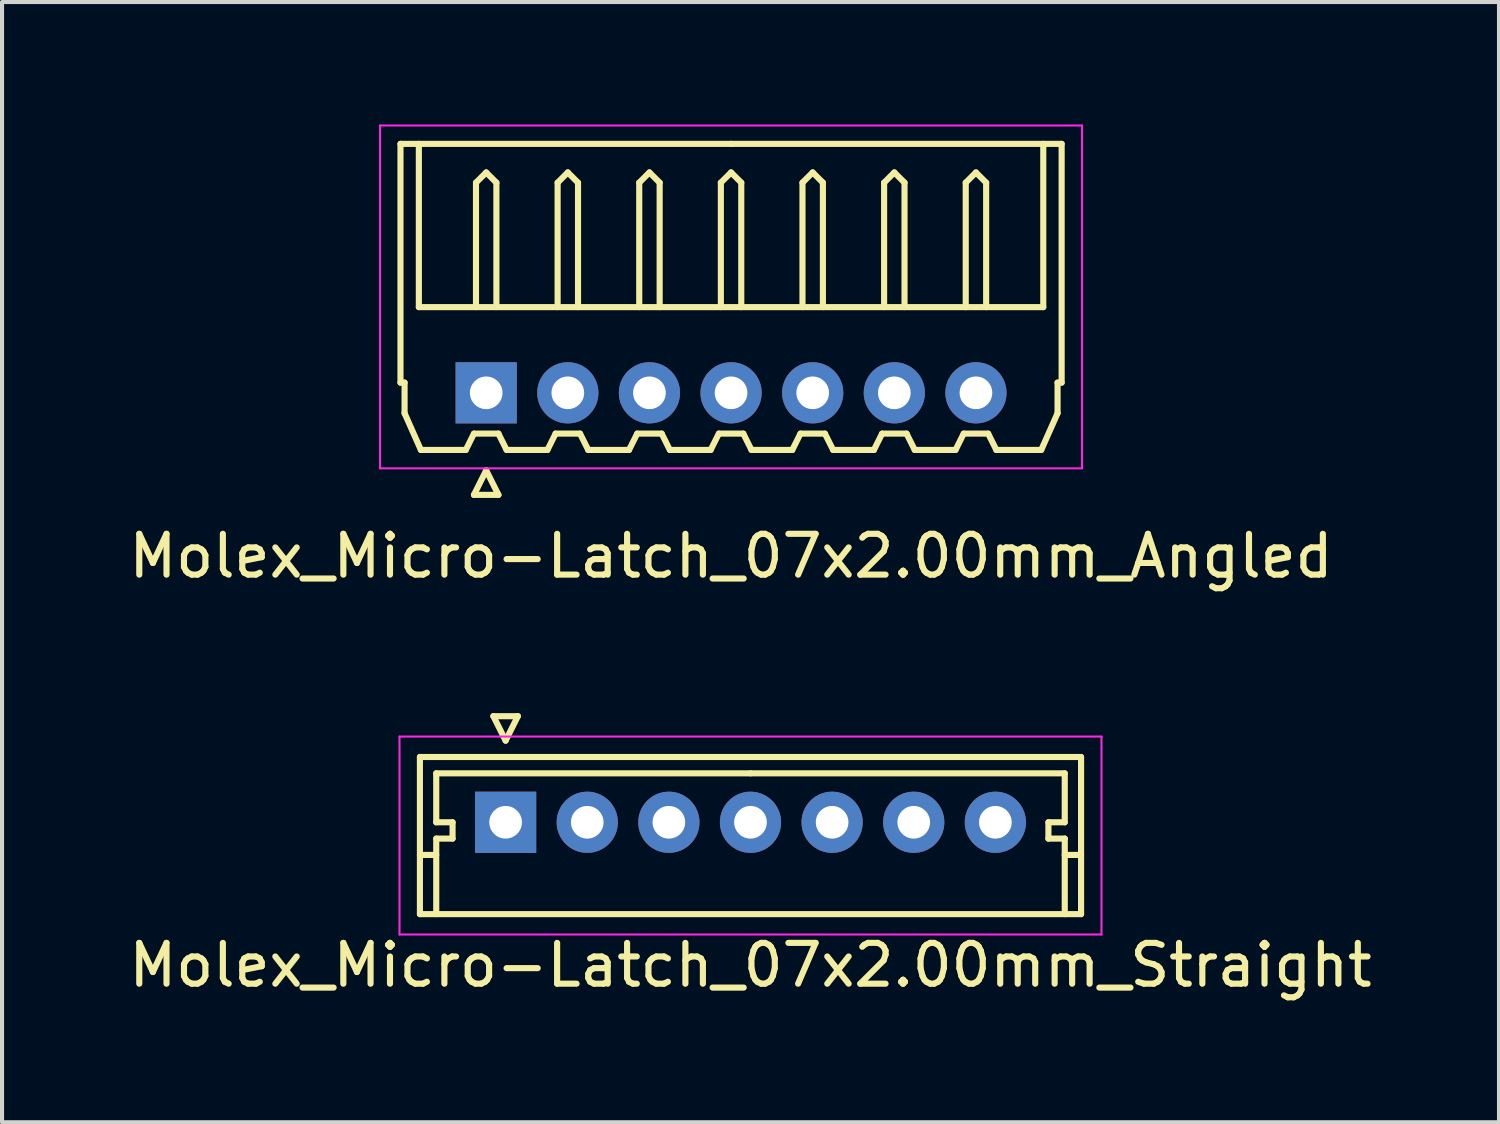
<source format=kicad_pcb>
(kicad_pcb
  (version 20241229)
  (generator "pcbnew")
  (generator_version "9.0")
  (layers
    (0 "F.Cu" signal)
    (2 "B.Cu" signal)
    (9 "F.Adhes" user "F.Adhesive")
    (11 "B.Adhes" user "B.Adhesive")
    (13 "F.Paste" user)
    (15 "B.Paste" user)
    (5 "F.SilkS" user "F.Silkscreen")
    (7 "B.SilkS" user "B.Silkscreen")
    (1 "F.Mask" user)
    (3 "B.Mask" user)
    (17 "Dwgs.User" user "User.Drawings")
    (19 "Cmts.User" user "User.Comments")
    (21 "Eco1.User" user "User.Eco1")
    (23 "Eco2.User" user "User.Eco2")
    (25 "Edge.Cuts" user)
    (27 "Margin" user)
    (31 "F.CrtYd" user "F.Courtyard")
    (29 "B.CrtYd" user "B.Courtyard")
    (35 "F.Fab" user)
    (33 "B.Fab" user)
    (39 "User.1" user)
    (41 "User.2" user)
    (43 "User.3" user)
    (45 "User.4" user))
  (footprint "Molex_Micro-Latch_07x2.00mm_Straight"
    (layer "F.Cu")
    (at 9.339 17.098)
    (property "Reference" "Molex_Micro-Latch_07x2.00mm_Straight" (at 6 3.5 0) (layer "F.SilkS") (effects (font (size 1 1) (thickness 0.15))))
    (attr through_hole)
    (fp_line (start -2.1 -1.6) (end -2.1 2.25) (stroke (width 0.15) (type solid)) (layer "F.SilkS"))
    (fp_line (start -2.1 0.8) (end -1.7 0.8) (stroke (width 0.15) (type solid)) (layer "F.SilkS"))
    (fp_line (start -2.1 2.25) (end 14.1 2.25) (stroke (width 0.15) (type solid)) (layer "F.SilkS"))
    (fp_line (start -1.7 -1.2) (end -1.7 0) (stroke (width 0.15) (type solid)) (layer "F.SilkS"))
    (fp_line (start -1.7 0) (end -1.3 0) (stroke (width 0.15) (type solid)) (layer "F.SilkS"))
    (fp_line (start -1.7 0.4) (end -1.7 2.25) (stroke (width 0.15) (type solid)) (layer "F.SilkS"))
    (fp_line (start -1.3 0) (end -1.3 0.4) (stroke (width 0.15) (type solid)) (layer "F.SilkS"))
    (fp_line (start -1.3 0.4) (end -1.7 0.4) (stroke (width 0.15) (type solid)) (layer "F.SilkS"))
    (fp_line (start -0.3 -2.6) (end 0.3 -2.6) (stroke (width 0.15) (type solid)) (layer "F.SilkS"))
    (fp_line (start 0 -2) (end -0.3 -2.6) (stroke (width 0.15) (type solid)) (layer "F.SilkS"))
    (fp_line (start 0.3 -2.6) (end 0 -2) (stroke (width 0.15) (type solid)) (layer "F.SilkS"))
    (fp_line (start 6 -1.2) (end -1.7 -1.2) (stroke (width 0.15) (type solid)) (layer "F.SilkS"))
    (fp_line (start 6 -1.2) (end 13.7 -1.2) (stroke (width 0.15) (type solid)) (layer "F.SilkS"))
    (fp_line (start 13.3 0) (end 13.3 0.4) (stroke (width 0.15) (type solid)) (layer "F.SilkS"))
    (fp_line (start 13.3 0.4) (end 13.7 0.4) (stroke (width 0.15) (type solid)) (layer "F.SilkS"))
    (fp_line (start 13.7 -1.2) (end 13.7 0) (stroke (width 0.15) (type solid)) (layer "F.SilkS"))
    (fp_line (start 13.7 0) (end 13.3 0) (stroke (width 0.15) (type solid)) (layer "F.SilkS"))
    (fp_line (start 13.7 0.4) (end 13.7 2.25) (stroke (width 0.15) (type solid)) (layer "F.SilkS"))
    (fp_line (start 14.1 -1.6) (end -2.1 -1.6) (stroke (width 0.15) (type solid)) (layer "F.SilkS"))
    (fp_line (start 14.1 0.8) (end 13.7 0.8) (stroke (width 0.15) (type solid)) (layer "F.SilkS"))
    (fp_line (start 14.1 2.25) (end 14.1 -1.6) (stroke (width 0.15) (type solid)) (layer "F.SilkS"))
    (fp_line (start -2.6 -2.1) (end -2.6 2.75) (stroke (width 0.05) (type solid)) (layer "F.CrtYd"))
    (fp_line (start -2.6 2.75) (end 14.6 2.75) (stroke (width 0.05) (type solid)) (layer "F.CrtYd"))
    (fp_line (start 14.6 -2.1) (end -2.6 -2.1) (stroke (width 0.05) (type solid)) (layer "F.CrtYd"))
    (fp_line (start 14.6 2.75) (end 14.6 -2.1) (stroke (width 0.05) (type solid)) (layer "F.CrtYd"))
    (pad "1" thru_hole rect (at 0 0) (size 1.5 1.5) (drill 0.8) (layers "*.Cu" "*.Mask"))
    (pad "2" thru_hole circle (at 2 0) (size 1.5 1.5) (drill 0.8) (layers "*.Cu" "*.Mask"))
    (pad "3" thru_hole circle (at 4 0) (size 1.5 1.5) (drill 0.8) (layers "*.Cu" "*.Mask"))
    (pad "4" thru_hole circle (at 6 0) (size 1.5 1.5) (drill 0.8) (layers "*.Cu" "*.Mask"))
    (pad "5" thru_hole circle (at 8 0) (size 1.5 1.5) (drill 0.8) (layers "*.Cu" "*.Mask"))
    (pad "6" thru_hole circle (at 10 0) (size 1.5 1.5) (drill 0.8) (layers "*.Cu" "*.Mask"))
    (pad "7" thru_hole circle (at 12 0) (size 1.5 1.5) (drill 0.8) (layers "*.Cu" "*.Mask")))
  (footprint "Molex_Micro-Latch_07x2.00mm_Angled"
    (layer "F.Cu")
    (at 8.863 6.575)
    (property "Reference" "Molex_Micro-Latch_07x2.00mm_Angled" (at 6 4 0) (layer "F.SilkS") (effects (font (size 1 1) (thickness 0.15))))
    (attr through_hole)
    (fp_line (start -2.1 -6.1) (end 6 -6.1) (stroke (width 0.15) (type solid)) (layer "F.SilkS"))
    (fp_line (start -2.1 -0.25) (end -2.1 -6.1) (stroke (width 0.15) (type solid)) (layer "F.SilkS"))
    (fp_line (start -2 -0.25) (end -2.1 -0.25) (stroke (width 0.15) (type solid)) (layer "F.SilkS"))
    (fp_line (start -2 0.5) (end -2 -0.25) (stroke (width 0.15) (type solid)) (layer "F.SilkS"))
    (fp_line (start -1.65 -6.1) (end -1.65 -2.1) (stroke (width 0.15) (type solid)) (layer "F.SilkS"))
    (fp_line (start -1.65 -2.1) (end 13.65 -2.1) (stroke (width 0.15) (type solid)) (layer "F.SilkS"))
    (fp_line (start -1.6 1.4) (end -2 0.5) (stroke (width 0.15) (type solid)) (layer "F.SilkS"))
    (fp_line (start -0.5 1.4) (end -1.6 1.4) (stroke (width 0.15) (type solid)) (layer "F.SilkS"))
    (fp_line (start -0.3 1) (end -0.5 1.4) (stroke (width 0.15) (type solid)) (layer "F.SilkS"))
    (fp_line (start -0.3 1) (end 0.3 1) (stroke (width 0.15) (type solid)) (layer "F.SilkS"))
    (fp_line (start -0.3 2.5) (end 0.3 2.5) (stroke (width 0.15) (type solid)) (layer "F.SilkS"))
    (fp_line (start -0.25 -5.15) (end 0 -5.4) (stroke (width 0.15) (type solid)) (layer "F.SilkS"))
    (fp_line (start -0.25 -2.1) (end -0.25 -5.15) (stroke (width 0.15) (type solid)) (layer "F.SilkS"))
    (fp_line (start 0 -5.4) (end 0.25 -5.15) (stroke (width 0.15) (type solid)) (layer "F.SilkS"))
    (fp_line (start 0 1.9) (end -0.3 2.5) (stroke (width 0.15) (type solid)) (layer "F.SilkS"))
    (fp_line (start 0.25 -5.15) (end 0.25 -2.1) (stroke (width 0.15) (type solid)) (layer "F.SilkS"))
    (fp_line (start 0.3 1) (end 0.5 1.4) (stroke (width 0.15) (type solid)) (layer "F.SilkS"))
    (fp_line (start 0.3 2.5) (end 0 1.9) (stroke (width 0.15) (type solid)) (layer "F.SilkS"))
    (fp_line (start 0.5 1.4) (end 1.5 1.4) (stroke (width 0.15) (type solid)) (layer "F.SilkS"))
    (fp_line (start 1.5 1.4) (end 1.7 1) (stroke (width 0.15) (type solid)) (layer "F.SilkS"))
    (fp_line (start 1.7 1) (end 2.3 1) (stroke (width 0.15) (type solid)) (layer "F.SilkS"))
    (fp_line (start 1.75 -5.15) (end 2 -5.4) (stroke (width 0.15) (type solid)) (layer "F.SilkS"))
    (fp_line (start 1.75 -2.1) (end 1.75 -5.15) (stroke (width 0.15) (type solid)) (layer "F.SilkS"))
    (fp_line (start 2 -5.4) (end 2.25 -5.15) (stroke (width 0.15) (type solid)) (layer "F.SilkS"))
    (fp_line (start 2.25 -5.15) (end 2.25 -2.1) (stroke (width 0.15) (type solid)) (layer "F.SilkS"))
    (fp_line (start 2.3 1) (end 2.5 1.4) (stroke (width 0.15) (type solid)) (layer "F.SilkS"))
    (fp_line (start 2.5 1.4) (end 3.5 1.4) (stroke (width 0.15) (type solid)) (layer "F.SilkS"))
    (fp_line (start 3.5 1.4) (end 3.7 1) (stroke (width 0.15) (type solid)) (layer "F.SilkS"))
    (fp_line (start 3.7 1) (end 4.3 1) (stroke (width 0.15) (type solid)) (layer "F.SilkS"))
    (fp_line (start 3.75 -5.15) (end 4 -5.4) (stroke (width 0.15) (type solid)) (layer "F.SilkS"))
    (fp_line (start 3.75 -2.1) (end 3.75 -5.15) (stroke (width 0.15) (type solid)) (layer "F.SilkS"))
    (fp_line (start 4 -5.4) (end 4.25 -5.15) (stroke (width 0.15) (type solid)) (layer "F.SilkS"))
    (fp_line (start 4.25 -5.15) (end 4.25 -2.1) (stroke (width 0.15) (type solid)) (layer "F.SilkS"))
    (fp_line (start 4.3 1) (end 4.5 1.4) (stroke (width 0.15) (type solid)) (layer "F.SilkS"))
    (fp_line (start 4.5 1.4) (end 5.5 1.4) (stroke (width 0.15) (type solid)) (layer "F.SilkS"))
    (fp_line (start 5.5 1.4) (end 5.7 1) (stroke (width 0.15) (type solid)) (layer "F.SilkS"))
    (fp_line (start 5.7 1) (end 6.3 1) (stroke (width 0.15) (type solid)) (layer "F.SilkS"))
    (fp_line (start 5.75 -5.15) (end 6 -5.4) (stroke (width 0.15) (type solid)) (layer "F.SilkS"))
    (fp_line (start 5.75 -2.1) (end 5.75 -5.15) (stroke (width 0.15) (type solid)) (layer "F.SilkS"))
    (fp_line (start 6 -5.4) (end 6.25 -5.15) (stroke (width 0.15) (type solid)) (layer "F.SilkS"))
    (fp_line (start 6.25 -5.15) (end 6.25 -2.1) (stroke (width 0.15) (type solid)) (layer "F.SilkS"))
    (fp_line (start 6.3 1) (end 6.5 1.4) (stroke (width 0.15) (type solid)) (layer "F.SilkS"))
    (fp_line (start 6.5 1.4) (end 7.5 1.4) (stroke (width 0.15) (type solid)) (layer "F.SilkS"))
    (fp_line (start 7.5 1.4) (end 7.7 1) (stroke (width 0.15) (type solid)) (layer "F.SilkS"))
    (fp_line (start 7.7 1) (end 8.3 1) (stroke (width 0.15) (type solid)) (layer "F.SilkS"))
    (fp_line (start 7.75 -5.15) (end 8 -5.4) (stroke (width 0.15) (type solid)) (layer "F.SilkS"))
    (fp_line (start 7.75 -2.1) (end 7.75 -5.15) (stroke (width 0.15) (type solid)) (layer "F.SilkS"))
    (fp_line (start 8 -5.4) (end 8.25 -5.15) (stroke (width 0.15) (type solid)) (layer "F.SilkS"))
    (fp_line (start 8.25 -5.15) (end 8.25 -2.1) (stroke (width 0.15) (type solid)) (layer "F.SilkS"))
    (fp_line (start 8.3 1) (end 8.5 1.4) (stroke (width 0.15) (type solid)) (layer "F.SilkS"))
    (fp_line (start 8.5 1.4) (end 9.5 1.4) (stroke (width 0.15) (type solid)) (layer "F.SilkS"))
    (fp_line (start 9.5 1.4) (end 9.7 1) (stroke (width 0.15) (type solid)) (layer "F.SilkS"))
    (fp_line (start 9.7 1) (end 10.3 1) (stroke (width 0.15) (type solid)) (layer "F.SilkS"))
    (fp_line (start 9.75 -5.15) (end 10 -5.4) (stroke (width 0.15) (type solid)) (layer "F.SilkS"))
    (fp_line (start 9.75 -2.1) (end 9.75 -5.15) (stroke (width 0.15) (type solid)) (layer "F.SilkS"))
    (fp_line (start 10 -5.4) (end 10.25 -5.15) (stroke (width 0.15) (type solid)) (layer "F.SilkS"))
    (fp_line (start 10.25 -5.15) (end 10.25 -2.1) (stroke (width 0.15) (type solid)) (layer "F.SilkS"))
    (fp_line (start 10.3 1) (end 10.5 1.4) (stroke (width 0.15) (type solid)) (layer "F.SilkS"))
    (fp_line (start 10.5 1.4) (end 11.5 1.4) (stroke (width 0.15) (type solid)) (layer "F.SilkS"))
    (fp_line (start 11.5 1.4) (end 11.7 1) (stroke (width 0.15) (type solid)) (layer "F.SilkS"))
    (fp_line (start 11.7 1) (end 12.3 1) (stroke (width 0.15) (type solid)) (layer "F.SilkS"))
    (fp_line (start 11.75 -5.15) (end 12 -5.4) (stroke (width 0.15) (type solid)) (layer "F.SilkS"))
    (fp_line (start 11.75 -2.1) (end 11.75 -5.15) (stroke (width 0.15) (type solid)) (layer "F.SilkS"))
    (fp_line (start 12 -5.4) (end 12.25 -5.15) (stroke (width 0.15) (type solid)) (layer "F.SilkS"))
    (fp_line (start 12.25 -5.15) (end 12.25 -2.1) (stroke (width 0.15) (type solid)) (layer "F.SilkS"))
    (fp_line (start 12.3 1) (end 12.5 1.4) (stroke (width 0.15) (type solid)) (layer "F.SilkS"))
    (fp_line (start 12.5 1.4) (end 13.6 1.4) (stroke (width 0.15) (type solid)) (layer "F.SilkS"))
    (fp_line (start 13.6 1.4) (end 14 0.5) (stroke (width 0.15) (type solid)) (layer "F.SilkS"))
    (fp_line (start 13.65 -2.1) (end 13.65 -6.1) (stroke (width 0.15) (type solid)) (layer "F.SilkS"))
    (fp_line (start 14 -0.25) (end 14.1 -0.25) (stroke (width 0.15) (type solid)) (layer "F.SilkS"))
    (fp_line (start 14 0.5) (end 14 -0.25) (stroke (width 0.15) (type solid)) (layer "F.SilkS"))
    (fp_line (start 14.1 -6.1) (end 6 -6.1) (stroke (width 0.15) (type solid)) (layer "F.SilkS"))
    (fp_line (start 14.1 -0.25) (end 14.1 -6.1) (stroke (width 0.15) (type solid)) (layer "F.SilkS"))
    (fp_line (start -2.6 -6.55) (end -2.6 1.85) (stroke (width 0.05) (type solid)) (layer "F.CrtYd"))
    (fp_line (start -2.6 1.85) (end 14.6 1.85) (stroke (width 0.05) (type solid)) (layer "F.CrtYd"))
    (fp_line (start 14.6 -6.55) (end -2.6 -6.55) (stroke (width 0.05) (type solid)) (layer "F.CrtYd"))
    (fp_line (start 14.6 1.85) (end 14.6 -6.55) (stroke (width 0.05) (type solid)) (layer "F.CrtYd"))
    (pad "1" thru_hole rect (at 0 0) (size 1.5 1.5) (drill 0.8) (layers "*.Cu" "*.Mask"))
    (pad "2" thru_hole circle (at 2 0) (size 1.5 1.5) (drill 0.8) (layers "*.Cu" "*.Mask"))
    (pad "3" thru_hole circle (at 4 0) (size 1.5 1.5) (drill 0.8) (layers "*.Cu" "*.Mask"))
    (pad "4" thru_hole circle (at 6 0) (size 1.5 1.5) (drill 0.8) (layers "*.Cu" "*.Mask"))
    (pad "5" thru_hole circle (at 8 0) (size 1.5 1.5) (drill 0.8) (layers "*.Cu" "*.Mask"))
    (pad "6" thru_hole circle (at 10 0) (size 1.5 1.5) (drill 0.8) (layers "*.Cu" "*.Mask"))
    (pad "7" thru_hole circle (at 12 0) (size 1.5 1.5) (drill 0.8) (layers "*.Cu" "*.Mask")))
  (gr_rect
    (start -3 -3)
    (end 33.679 24.447)
    (stroke (width 0.1) (type default))
    (fill no)
    (layer "Edge.Cuts")))
</source>
